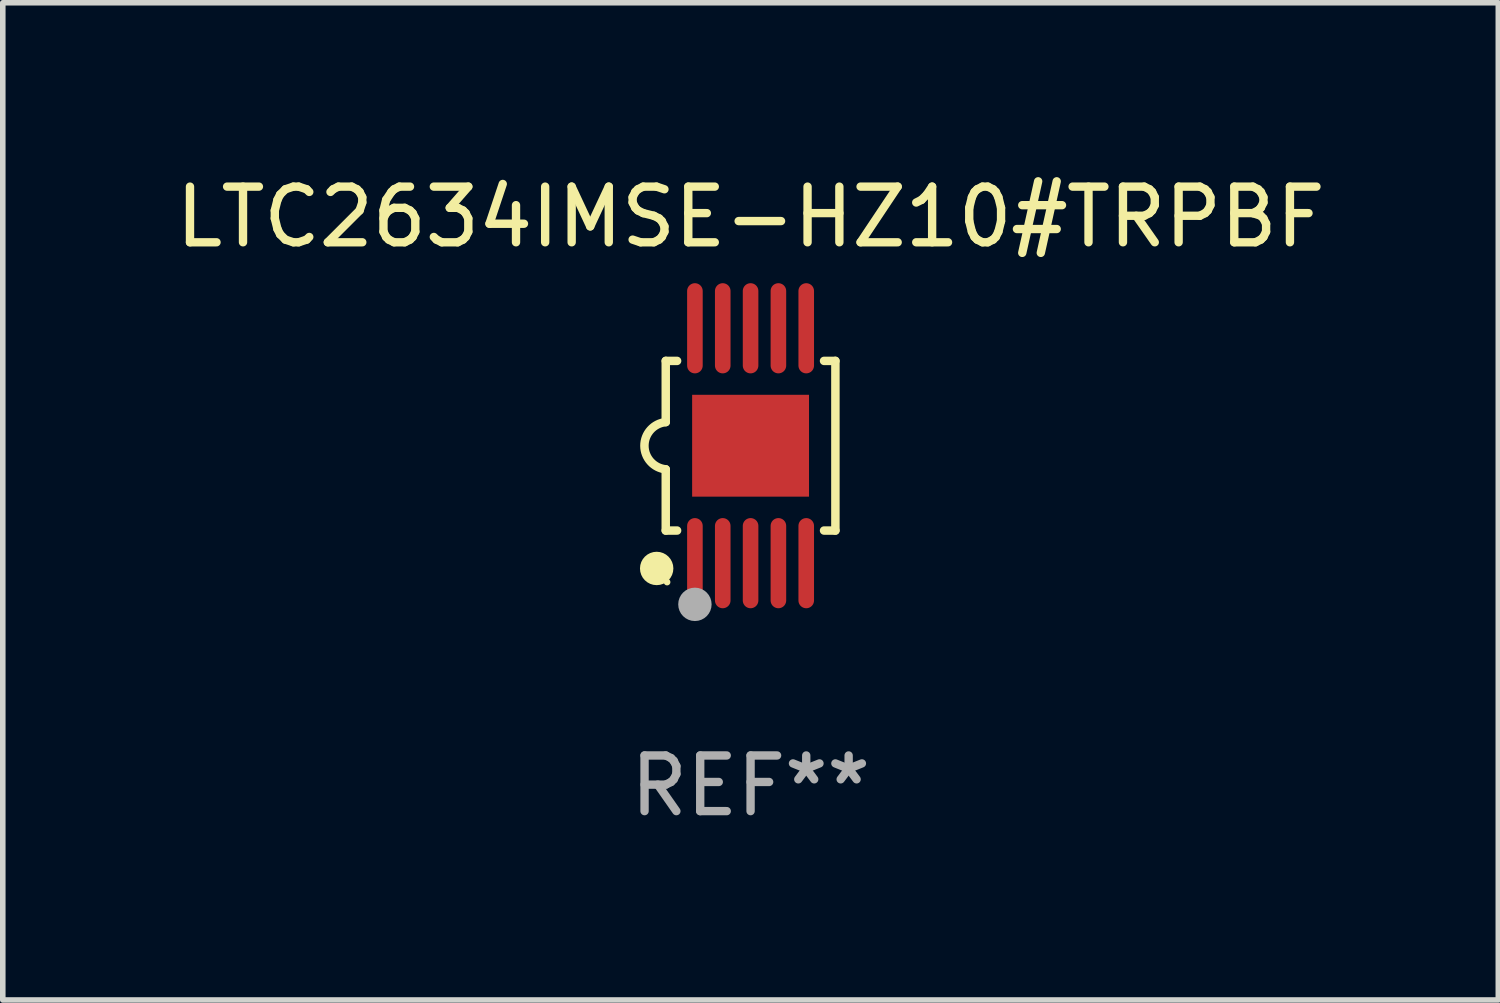
<source format=kicad_pcb>
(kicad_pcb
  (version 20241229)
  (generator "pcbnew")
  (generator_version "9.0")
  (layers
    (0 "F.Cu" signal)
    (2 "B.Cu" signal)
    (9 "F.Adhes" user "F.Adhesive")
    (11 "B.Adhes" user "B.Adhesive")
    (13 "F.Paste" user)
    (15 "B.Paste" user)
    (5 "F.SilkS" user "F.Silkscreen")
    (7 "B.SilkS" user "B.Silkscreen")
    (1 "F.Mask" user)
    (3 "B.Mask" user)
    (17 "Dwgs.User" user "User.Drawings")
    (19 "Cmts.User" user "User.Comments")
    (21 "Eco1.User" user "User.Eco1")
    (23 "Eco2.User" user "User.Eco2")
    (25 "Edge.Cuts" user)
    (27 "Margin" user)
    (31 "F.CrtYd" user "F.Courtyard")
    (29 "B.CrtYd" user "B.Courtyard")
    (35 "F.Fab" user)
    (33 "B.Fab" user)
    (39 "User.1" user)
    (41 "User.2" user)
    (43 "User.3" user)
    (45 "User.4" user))
  (footprint "LTC2634IMSE-HZ10#TRPBF"
    (layer "F.Cu")
    (at 10.435 4.958)
    (property "Reference" "LTC2634IMSE-HZ10#TRPBF" (at 0 -4.11 0) (layer "F.SilkS") (effects (font (size 1 1) (thickness 0.15))))
    (attr through_hole)
    (fp_line (start -1.524 -1.524) (end -1.524 -0.424) (stroke (width 0.152) (type solid)) (layer "F.SilkS"))
    (fp_line (start -1.524 1.524) (end -1.524 0.424) (stroke (width 0.152) (type solid)) (layer "F.SilkS"))
    (fp_line (start -1.524 1.524) (end -1.32 1.524) (stroke (width 0.152) (type solid)) (layer "F.SilkS"))
    (fp_line (start -1.32 -1.524) (end -1.524 -1.524) (stroke (width 0.152) (type solid)) (layer "F.SilkS"))
    (fp_line (start 1.32 1.524) (end 1.524 1.524) (stroke (width 0.152) (type solid)) (layer "F.SilkS"))
    (fp_line (start 1.524 -1.524) (end 1.32 -1.524) (stroke (width 0.152) (type solid)) (layer "F.SilkS"))
    (fp_line (start 1.524 1.524) (end 1.524 -1.524) (stroke (width 0.152) (type solid)) (layer "F.SilkS"))
    (fp_arc (start -1.524003 0.424003) (mid -1.906663 -0.000089) (end -1.524004 -0.424181) (stroke (width 0.151994) (type solid)) (layer "F.SilkS"))
    (fp_circle (center -1.687 2.205) (end -1.537 2.205) (stroke (width 0.3) (type solid)) (fill no) (layer "F.SilkS"))
    (fp_circle (center -1.5 2.45) (end -1.47 2.45) (stroke (width 0.06) (type solid)) (fill no) (layer "F.SilkS"))
    (fp_circle (center -1 2.85) (end -0.85 2.85) (stroke (width 0.3) (type solid)) (fill no) (layer "F.Fab"))
    (fp_text user "REF**" (at 0 6.11 0) (layer "F.Fab") (effects (font (size 1 1) (thickness 0.15))))
    (pad "1" smd oval (at -1 2.11) (size 0.28 1.62) (layers "F.Cu" "F.Mask" "F.Paste"))
    (pad "2" smd oval (at -0.5 2.11) (size 0.28 1.62) (layers "F.Cu" "F.Mask" "F.Paste"))
    (pad "3" smd oval (at 0 2.11) (size 0.28 1.62) (layers "F.Cu" "F.Mask" "F.Paste"))
    (pad "4" smd oval (at 0.5 2.11) (size 0.28 1.62) (layers "F.Cu" "F.Mask" "F.Paste"))
    (pad "5" smd oval (at 1 2.11) (size 0.28 1.62) (layers "F.Cu" "F.Mask" "F.Paste"))
    (pad "6" smd oval (at 1 -2.11) (size 0.28 1.62) (layers "F.Cu" "F.Mask" "F.Paste"))
    (pad "7" smd oval (at 0.5 -2.11) (size 0.28 1.62) (layers "F.Cu" "F.Mask" "F.Paste"))
    (pad "8" smd oval (at 0 -2.11) (size 0.28 1.62) (layers "F.Cu" "F.Mask" "F.Paste"))
    (pad "9" smd oval (at -0.5 -2.11) (size 0.28 1.62) (layers "F.Cu" "F.Mask" "F.Paste"))
    (pad "10" smd oval (at -1 -2.11) (size 0.28 1.62) (layers "F.Cu" "F.Mask" "F.Paste"))
    (pad "11" smd rect (at 0 0) (size 2.1 1.83) (layers "F.Cu" "F.Mask" "F.Paste")))
  (gr_rect
    (start -3 -3)
    (end 23.869 14.916)
    (stroke (width 0.1) (type default))
    (fill no)
    (layer "Edge.Cuts")))
</source>
